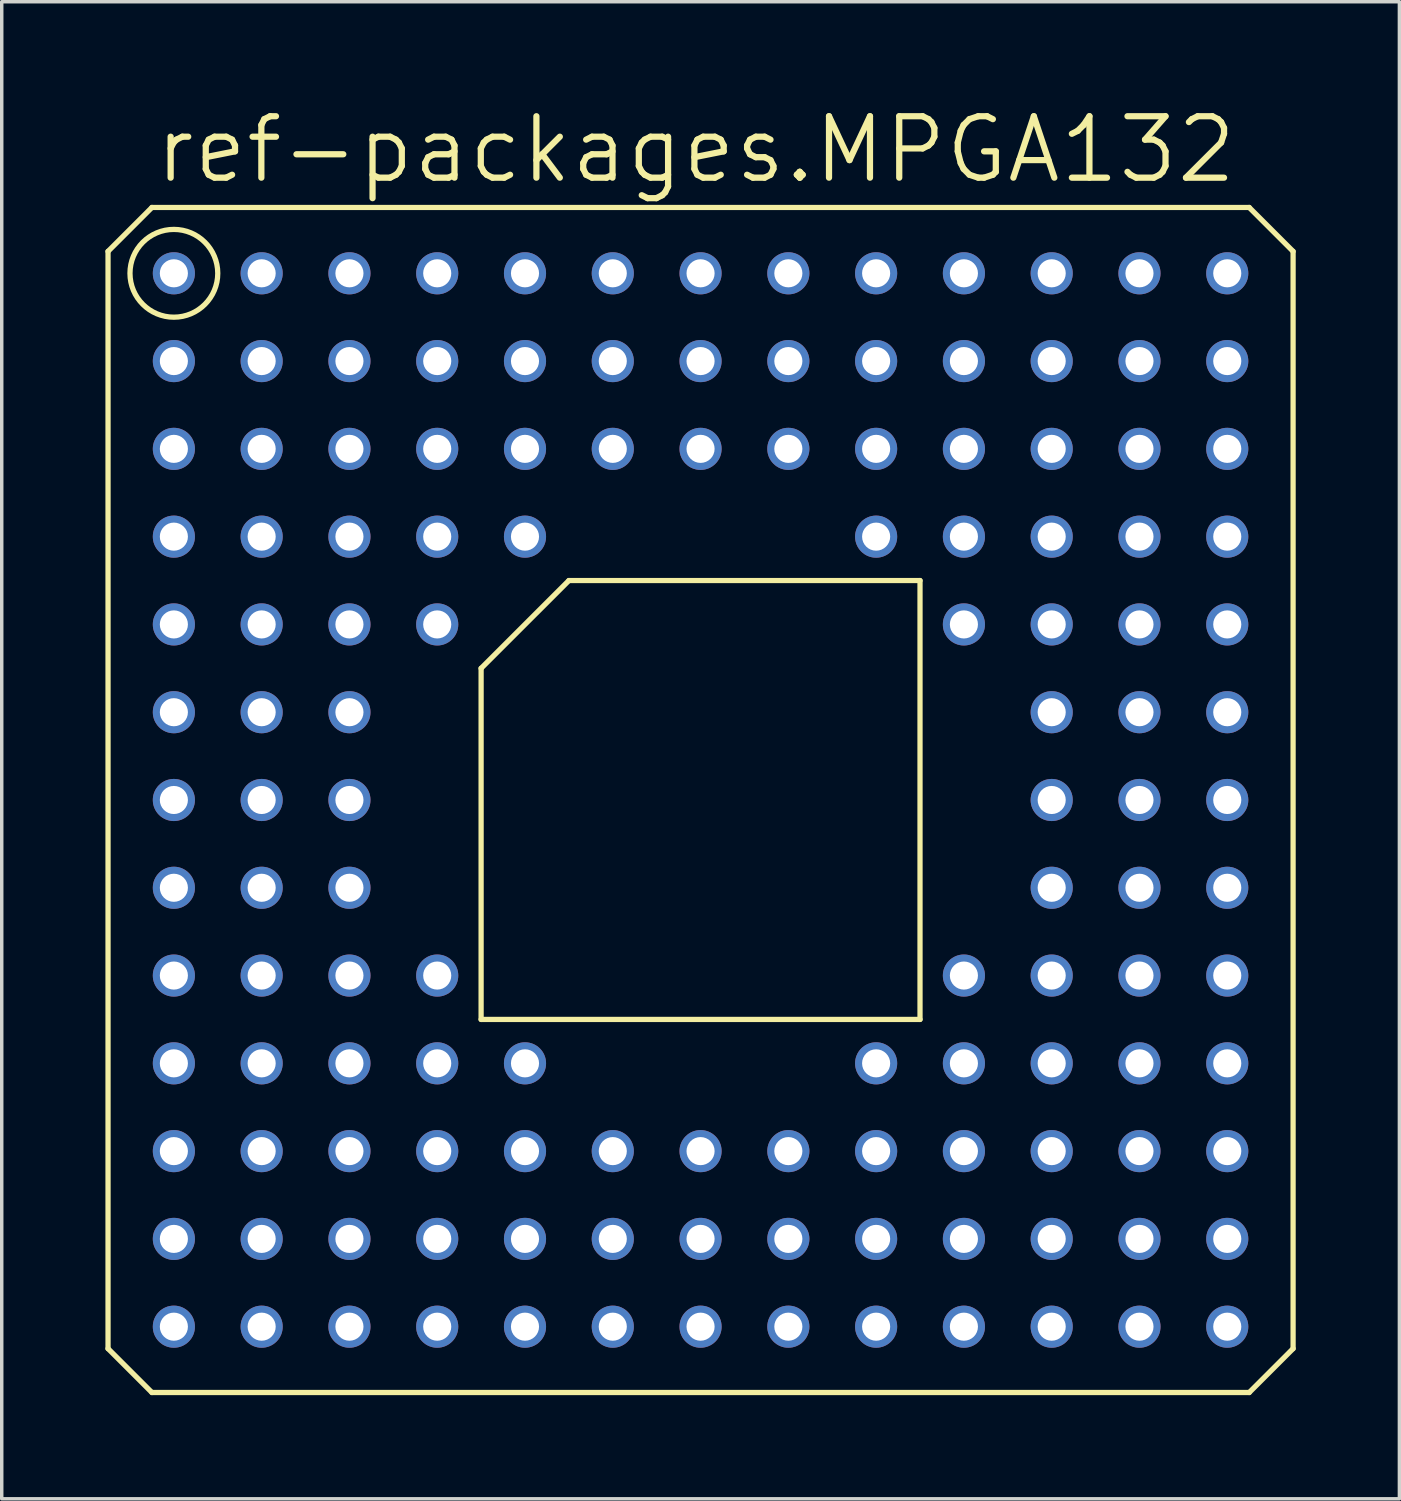
<source format=kicad_pcb>
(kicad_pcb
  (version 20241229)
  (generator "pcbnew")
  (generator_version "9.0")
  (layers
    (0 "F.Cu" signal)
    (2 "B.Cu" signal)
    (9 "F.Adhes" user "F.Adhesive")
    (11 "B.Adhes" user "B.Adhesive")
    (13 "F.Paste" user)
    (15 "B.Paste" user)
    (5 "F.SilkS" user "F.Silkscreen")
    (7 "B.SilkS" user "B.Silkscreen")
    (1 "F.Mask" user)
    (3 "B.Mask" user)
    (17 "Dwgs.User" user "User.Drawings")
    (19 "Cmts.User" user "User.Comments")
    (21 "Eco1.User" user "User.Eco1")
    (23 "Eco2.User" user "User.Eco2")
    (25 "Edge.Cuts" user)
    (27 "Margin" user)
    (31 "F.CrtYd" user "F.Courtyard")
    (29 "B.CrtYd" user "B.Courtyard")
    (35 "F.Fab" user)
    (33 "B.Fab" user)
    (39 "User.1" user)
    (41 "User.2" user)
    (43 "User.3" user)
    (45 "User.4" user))
  (footprint "ref-packages.MPGA132"
    (layer "F.Cu")
    (at 17.221 20.098)
    (property "Reference" "ref-packages.MPGA132" (at -15.875 -17.78 0) (layer "F.SilkS") (effects (font (size 1.778 1.778) (thickness 0.18)) (justify left bottom)))
    (attr through_hole)
    (fp_line (start -17.145 -15.875) (end -15.875 -17.145) (stroke (width 0.152) (type default)) (layer "F.SilkS"))
    (fp_line (start -17.145 15.875) (end -17.145 -15.875) (stroke (width 0.152) (type default)) (layer "F.SilkS"))
    (fp_line (start -15.875 -17.145) (end 15.875 -17.145) (stroke (width 0.152) (type default)) (layer "F.SilkS"))
    (fp_line (start -15.875 17.145) (end -17.145 15.875) (stroke (width 0.152) (type default)) (layer "F.SilkS"))
    (fp_line (start -6.35 -3.81) (end -3.81 -6.35) (stroke (width 0.152) (type default)) (layer "F.SilkS"))
    (fp_line (start -6.35 6.35) (end -6.35 -3.81) (stroke (width 0.152) (type default)) (layer "F.SilkS"))
    (fp_line (start -3.81 -6.35) (end 6.35 -6.35) (stroke (width 0.152) (type default)) (layer "F.SilkS"))
    (fp_line (start 6.35 -6.35) (end 6.35 6.35) (stroke (width 0.152) (type default)) (layer "F.SilkS"))
    (fp_line (start 6.35 6.35) (end -6.35 6.35) (stroke (width 0.152) (type default)) (layer "F.SilkS"))
    (fp_line (start 15.875 -17.145) (end 17.145 -15.875) (stroke (width 0.152) (type default)) (layer "F.SilkS"))
    (fp_line (start 15.875 17.145) (end -15.875 17.145) (stroke (width 0.152) (type default)) (layer "F.SilkS"))
    (fp_line (start 17.145 -15.875) (end 17.145 15.875) (stroke (width 0.152) (type default)) (layer "F.SilkS"))
    (fp_line (start 17.145 15.875) (end 15.875 17.145) (stroke (width 0.152) (type default)) (layer "F.SilkS"))
    (fp_circle (center -15.24 -15.24) (end -13.97 -15.24) (stroke (width 0.152) (type default)) (fill no) (layer "F.SilkS"))
    (pad "A01" thru_hole circle (at -15.24 -15.24) (size 1.219 1.219) (drill 0.813) (layers "*.Cu" "*.Mask"))
    (pad "A02" thru_hole circle (at -12.7 -15.24) (size 1.219 1.219) (drill 0.813) (layers "*.Cu" "*.Mask"))
    (pad "A03" thru_hole circle (at -10.16 -15.24) (size 1.219 1.219) (drill 0.813) (layers "*.Cu" "*.Mask"))
    (pad "A04" thru_hole circle (at -7.62 -15.24) (size 1.219 1.219) (drill 0.813) (layers "*.Cu" "*.Mask"))
    (pad "A05" thru_hole circle (at -5.08 -15.24) (size 1.219 1.219) (drill 0.813) (layers "*.Cu" "*.Mask"))
    (pad "A06" thru_hole circle (at -2.54 -15.24) (size 1.219 1.219) (drill 0.813) (layers "*.Cu" "*.Mask"))
    (pad "A07" thru_hole circle (at 0 -15.24) (size 1.219 1.219) (drill 0.813) (layers "*.Cu" "*.Mask"))
    (pad "A08" thru_hole circle (at 2.54 -15.24) (size 1.219 1.219) (drill 0.813) (layers "*.Cu" "*.Mask"))
    (pad "A09" thru_hole circle (at 5.08 -15.24) (size 1.219 1.219) (drill 0.813) (layers "*.Cu" "*.Mask"))
    (pad "A10" thru_hole circle (at 7.62 -15.24) (size 1.219 1.219) (drill 0.813) (layers "*.Cu" "*.Mask"))
    (pad "A11" thru_hole circle (at 10.16 -15.24) (size 1.219 1.219) (drill 0.813) (layers "*.Cu" "*.Mask"))
    (pad "A12" thru_hole circle (at 12.7 -15.24) (size 1.219 1.219) (drill 0.813) (layers "*.Cu" "*.Mask"))
    (pad "A13" thru_hole circle (at 15.24 -15.24) (size 1.219 1.219) (drill 0.813) (layers "*.Cu" "*.Mask"))
    (pad "B01" thru_hole circle (at -15.24 -12.7) (size 1.219 1.219) (drill 0.813) (layers "*.Cu" "*.Mask"))
    (pad "B02" thru_hole circle (at -12.7 -12.7) (size 1.219 1.219) (drill 0.813) (layers "*.Cu" "*.Mask"))
    (pad "B03" thru_hole circle (at -10.16 -12.7) (size 1.219 1.219) (drill 0.813) (layers "*.Cu" "*.Mask"))
    (pad "B04" thru_hole circle (at -7.62 -12.7) (size 1.219 1.219) (drill 0.813) (layers "*.Cu" "*.Mask"))
    (pad "B05" thru_hole circle (at -5.08 -12.7) (size 1.219 1.219) (drill 0.813) (layers "*.Cu" "*.Mask"))
    (pad "B06" thru_hole circle (at -2.54 -12.7) (size 1.219 1.219) (drill 0.813) (layers "*.Cu" "*.Mask"))
    (pad "B07" thru_hole circle (at 0 -12.7) (size 1.219 1.219) (drill 0.813) (layers "*.Cu" "*.Mask"))
    (pad "B08" thru_hole circle (at 2.54 -12.7) (size 1.219 1.219) (drill 0.813) (layers "*.Cu" "*.Mask"))
    (pad "B09" thru_hole circle (at 5.08 -12.7) (size 1.219 1.219) (drill 0.813) (layers "*.Cu" "*.Mask"))
    (pad "B10" thru_hole circle (at 7.62 -12.7) (size 1.219 1.219) (drill 0.813) (layers "*.Cu" "*.Mask"))
    (pad "B11" thru_hole circle (at 10.16 -12.7) (size 1.219 1.219) (drill 0.813) (layers "*.Cu" "*.Mask"))
    (pad "B12" thru_hole circle (at 12.7 -12.7) (size 1.219 1.219) (drill 0.813) (layers "*.Cu" "*.Mask"))
    (pad "B13" thru_hole circle (at 15.24 -12.7) (size 1.219 1.219) (drill 0.813) (layers "*.Cu" "*.Mask"))
    (pad "C01" thru_hole circle (at -15.24 -10.16) (size 1.219 1.219) (drill 0.813) (layers "*.Cu" "*.Mask"))
    (pad "C02" thru_hole circle (at -12.7 -10.16) (size 1.219 1.219) (drill 0.813) (layers "*.Cu" "*.Mask"))
    (pad "C03" thru_hole circle (at -10.16 -10.16) (size 1.219 1.219) (drill 0.813) (layers "*.Cu" "*.Mask"))
    (pad "C04" thru_hole circle (at -7.62 -10.16) (size 1.219 1.219) (drill 0.813) (layers "*.Cu" "*.Mask"))
    (pad "C05" thru_hole circle (at -5.08 -10.16) (size 1.219 1.219) (drill 0.813) (layers "*.Cu" "*.Mask"))
    (pad "C06" thru_hole circle (at -2.54 -10.16) (size 1.219 1.219) (drill 0.813) (layers "*.Cu" "*.Mask"))
    (pad "C07" thru_hole circle (at 0 -10.16) (size 1.219 1.219) (drill 0.813) (layers "*.Cu" "*.Mask"))
    (pad "C08" thru_hole circle (at 2.54 -10.16) (size 1.219 1.219) (drill 0.813) (layers "*.Cu" "*.Mask"))
    (pad "C09" thru_hole circle (at 5.08 -10.16) (size 1.219 1.219) (drill 0.813) (layers "*.Cu" "*.Mask"))
    (pad "C10" thru_hole circle (at 7.62 -10.16) (size 1.219 1.219) (drill 0.813) (layers "*.Cu" "*.Mask"))
    (pad "C11" thru_hole circle (at 10.16 -10.16) (size 1.219 1.219) (drill 0.813) (layers "*.Cu" "*.Mask"))
    (pad "C12" thru_hole circle (at 12.7 -10.16) (size 1.219 1.219) (drill 0.813) (layers "*.Cu" "*.Mask"))
    (pad "C13" thru_hole circle (at 15.24 -10.16) (size 1.219 1.219) (drill 0.813) (layers "*.Cu" "*.Mask"))
    (pad "D01" thru_hole circle (at -15.24 -7.62) (size 1.219 1.219) (drill 0.813) (layers "*.Cu" "*.Mask"))
    (pad "D02" thru_hole circle (at -12.7 -7.62) (size 1.219 1.219) (drill 0.813) (layers "*.Cu" "*.Mask"))
    (pad "D03" thru_hole circle (at -10.16 -7.62) (size 1.219 1.219) (drill 0.813) (layers "*.Cu" "*.Mask"))
    (pad "D04" thru_hole circle (at -7.62 -7.62) (size 1.219 1.219) (drill 0.813) (layers "*.Cu" "*.Mask"))
    (pad "D05" thru_hole circle (at -5.08 -7.62) (size 1.219 1.219) (drill 0.813) (layers "*.Cu" "*.Mask"))
    (pad "D09" thru_hole circle (at 5.08 -7.62) (size 1.219 1.219) (drill 0.813) (layers "*.Cu" "*.Mask"))
    (pad "D10" thru_hole circle (at 7.62 -7.62) (size 1.219 1.219) (drill 0.813) (layers "*.Cu" "*.Mask"))
    (pad "D11" thru_hole circle (at 10.16 -7.62) (size 1.219 1.219) (drill 0.813) (layers "*.Cu" "*.Mask"))
    (pad "D12" thru_hole circle (at 12.7 -7.62) (size 1.219 1.219) (drill 0.813) (layers "*.Cu" "*.Mask"))
    (pad "D13" thru_hole circle (at 15.24 -7.62) (size 1.219 1.219) (drill 0.813) (layers "*.Cu" "*.Mask"))
    (pad "E01" thru_hole circle (at -15.24 -5.08) (size 1.219 1.219) (drill 0.813) (layers "*.Cu" "*.Mask"))
    (pad "E02" thru_hole circle (at -12.7 -5.08) (size 1.219 1.219) (drill 0.813) (layers "*.Cu" "*.Mask"))
    (pad "E03" thru_hole circle (at -10.16 -5.08) (size 1.219 1.219) (drill 0.813) (layers "*.Cu" "*.Mask"))
    (pad "E04" thru_hole circle (at -7.62 -5.08) (size 1.219 1.219) (drill 0.813) (layers "*.Cu" "*.Mask"))
    (pad "E10" thru_hole circle (at 7.62 -5.08) (size 1.219 1.219) (drill 0.813) (layers "*.Cu" "*.Mask"))
    (pad "E11" thru_hole circle (at 10.16 -5.08) (size 1.219 1.219) (drill 0.813) (layers "*.Cu" "*.Mask"))
    (pad "E12" thru_hole circle (at 12.7 -5.08) (size 1.219 1.219) (drill 0.813) (layers "*.Cu" "*.Mask"))
    (pad "E13" thru_hole circle (at 15.24 -5.08) (size 1.219 1.219) (drill 0.813) (layers "*.Cu" "*.Mask"))
    (pad "F01" thru_hole circle (at -15.24 -2.54) (size 1.219 1.219) (drill 0.813) (layers "*.Cu" "*.Mask"))
    (pad "F02" thru_hole circle (at -12.7 -2.54) (size 1.219 1.219) (drill 0.813) (layers "*.Cu" "*.Mask"))
    (pad "F03" thru_hole circle (at -10.16 -2.54) (size 1.219 1.219) (drill 0.813) (layers "*.Cu" "*.Mask"))
    (pad "F11" thru_hole circle (at 10.16 -2.54) (size 1.219 1.219) (drill 0.813) (layers "*.Cu" "*.Mask"))
    (pad "F12" thru_hole circle (at 12.7 -2.54) (size 1.219 1.219) (drill 0.813) (layers "*.Cu" "*.Mask"))
    (pad "F13" thru_hole circle (at 15.24 -2.54) (size 1.219 1.219) (drill 0.813) (layers "*.Cu" "*.Mask"))
    (pad "G01" thru_hole circle (at -15.24 0) (size 1.219 1.219) (drill 0.813) (layers "*.Cu" "*.Mask"))
    (pad "G02" thru_hole circle (at -12.7 0) (size 1.219 1.219) (drill 0.813) (layers "*.Cu" "*.Mask"))
    (pad "G03" thru_hole circle (at -10.16 0) (size 1.219 1.219) (drill 0.813) (layers "*.Cu" "*.Mask"))
    (pad "G11" thru_hole circle (at 10.16 0) (size 1.219 1.219) (drill 0.813) (layers "*.Cu" "*.Mask"))
    (pad "G12" thru_hole circle (at 12.7 0) (size 1.219 1.219) (drill 0.813) (layers "*.Cu" "*.Mask"))
    (pad "G13" thru_hole circle (at 15.24 0) (size 1.219 1.219) (drill 0.813) (layers "*.Cu" "*.Mask"))
    (pad "H01" thru_hole circle (at -15.24 2.54) (size 1.219 1.219) (drill 0.813) (layers "*.Cu" "*.Mask"))
    (pad "H02" thru_hole circle (at -12.7 2.54) (size 1.219 1.219) (drill 0.813) (layers "*.Cu" "*.Mask"))
    (pad "H03" thru_hole circle (at -10.16 2.54) (size 1.219 1.219) (drill 0.813) (layers "*.Cu" "*.Mask"))
    (pad "H11" thru_hole circle (at 10.16 2.54) (size 1.219 1.219) (drill 0.813) (layers "*.Cu" "*.Mask"))
    (pad "H12" thru_hole circle (at 12.7 2.54) (size 1.219 1.219) (drill 0.813) (layers "*.Cu" "*.Mask"))
    (pad "H13" thru_hole circle (at 15.24 2.54) (size 1.219 1.219) (drill 0.813) (layers "*.Cu" "*.Mask"))
    (pad "J01" thru_hole circle (at -15.24 5.08) (size 1.219 1.219) (drill 0.813) (layers "*.Cu" "*.Mask"))
    (pad "J02" thru_hole circle (at -12.7 5.08) (size 1.219 1.219) (drill 0.813) (layers "*.Cu" "*.Mask"))
    (pad "J03" thru_hole circle (at -10.16 5.08) (size 1.219 1.219) (drill 0.813) (layers "*.Cu" "*.Mask"))
    (pad "J04" thru_hole circle (at -7.62 5.08) (size 1.219 1.219) (drill 0.813) (layers "*.Cu" "*.Mask"))
    (pad "J10" thru_hole circle (at 7.62 5.08) (size 1.219 1.219) (drill 0.813) (layers "*.Cu" "*.Mask"))
    (pad "J11" thru_hole circle (at 10.16 5.08) (size 1.219 1.219) (drill 0.813) (layers "*.Cu" "*.Mask"))
    (pad "J12" thru_hole circle (at 12.7 5.08) (size 1.219 1.219) (drill 0.813) (layers "*.Cu" "*.Mask"))
    (pad "J13" thru_hole circle (at 15.24 5.08) (size 1.219 1.219) (drill 0.813) (layers "*.Cu" "*.Mask"))
    (pad "K01" thru_hole circle (at -15.24 7.62) (size 1.219 1.219) (drill 0.813) (layers "*.Cu" "*.Mask"))
    (pad "K02" thru_hole circle (at -12.7 7.62) (size 1.219 1.219) (drill 0.813) (layers "*.Cu" "*.Mask"))
    (pad "K03" thru_hole circle (at -10.16 7.62) (size 1.219 1.219) (drill 0.813) (layers "*.Cu" "*.Mask"))
    (pad "K04" thru_hole circle (at -7.62 7.62) (size 1.219 1.219) (drill 0.813) (layers "*.Cu" "*.Mask"))
    (pad "K05" thru_hole circle (at -5.08 7.62) (size 1.219 1.219) (drill 0.813) (layers "*.Cu" "*.Mask"))
    (pad "K09" thru_hole circle (at 5.08 7.62) (size 1.219 1.219) (drill 0.813) (layers "*.Cu" "*.Mask"))
    (pad "K10" thru_hole circle (at 7.62 7.62) (size 1.219 1.219) (drill 0.813) (layers "*.Cu" "*.Mask"))
    (pad "K11" thru_hole circle (at 10.16 7.62) (size 1.219 1.219) (drill 0.813) (layers "*.Cu" "*.Mask"))
    (pad "K12" thru_hole circle (at 12.7 7.62) (size 1.219 1.219) (drill 0.813) (layers "*.Cu" "*.Mask"))
    (pad "K13" thru_hole circle (at 15.24 7.62) (size 1.219 1.219) (drill 0.813) (layers "*.Cu" "*.Mask"))
    (pad "L01" thru_hole circle (at -15.24 10.16) (size 1.219 1.219) (drill 0.813) (layers "*.Cu" "*.Mask"))
    (pad "L02" thru_hole circle (at -12.7 10.16) (size 1.219 1.219) (drill 0.813) (layers "*.Cu" "*.Mask"))
    (pad "L03" thru_hole circle (at -10.16 10.16) (size 1.219 1.219) (drill 0.813) (layers "*.Cu" "*.Mask"))
    (pad "L04" thru_hole circle (at -7.62 10.16) (size 1.219 1.219) (drill 0.813) (layers "*.Cu" "*.Mask"))
    (pad "L05" thru_hole circle (at -5.08 10.16) (size 1.219 1.219) (drill 0.813) (layers "*.Cu" "*.Mask"))
    (pad "L06" thru_hole circle (at -2.54 10.16) (size 1.219 1.219) (drill 0.813) (layers "*.Cu" "*.Mask"))
    (pad "L07" thru_hole circle (at 0 10.16) (size 1.219 1.219) (drill 0.813) (layers "*.Cu" "*.Mask"))
    (pad "L08" thru_hole circle (at 2.54 10.16) (size 1.219 1.219) (drill 0.813) (layers "*.Cu" "*.Mask"))
    (pad "L09" thru_hole circle (at 5.08 10.16) (size 1.219 1.219) (drill 0.813) (layers "*.Cu" "*.Mask"))
    (pad "L10" thru_hole circle (at 7.62 10.16) (size 1.219 1.219) (drill 0.813) (layers "*.Cu" "*.Mask"))
    (pad "L11" thru_hole circle (at 10.16 10.16) (size 1.219 1.219) (drill 0.813) (layers "*.Cu" "*.Mask"))
    (pad "L12" thru_hole circle (at 12.7 10.16) (size 1.219 1.219) (drill 0.813) (layers "*.Cu" "*.Mask"))
    (pad "L13" thru_hole circle (at 15.24 10.16) (size 1.219 1.219) (drill 0.813) (layers "*.Cu" "*.Mask"))
    (pad "M01" thru_hole circle (at -15.24 12.7) (size 1.219 1.219) (drill 0.813) (layers "*.Cu" "*.Mask"))
    (pad "M02" thru_hole circle (at -12.7 12.7) (size 1.219 1.219) (drill 0.813) (layers "*.Cu" "*.Mask"))
    (pad "M03" thru_hole circle (at -10.16 12.7) (size 1.219 1.219) (drill 0.813) (layers "*.Cu" "*.Mask"))
    (pad "M04" thru_hole circle (at -7.62 12.7) (size 1.219 1.219) (drill 0.813) (layers "*.Cu" "*.Mask"))
    (pad "M05" thru_hole circle (at -5.08 12.7) (size 1.219 1.219) (drill 0.813) (layers "*.Cu" "*.Mask"))
    (pad "M06" thru_hole circle (at -2.54 12.7) (size 1.219 1.219) (drill 0.813) (layers "*.Cu" "*.Mask"))
    (pad "M07" thru_hole circle (at 0 12.7) (size 1.219 1.219) (drill 0.813) (layers "*.Cu" "*.Mask"))
    (pad "M08" thru_hole circle (at 2.54 12.7) (size 1.219 1.219) (drill 0.813) (layers "*.Cu" "*.Mask"))
    (pad "M09" thru_hole circle (at 5.08 12.7) (size 1.219 1.219) (drill 0.813) (layers "*.Cu" "*.Mask"))
    (pad "M10" thru_hole circle (at 7.62 12.7) (size 1.219 1.219) (drill 0.813) (layers "*.Cu" "*.Mask"))
    (pad "M11" thru_hole circle (at 10.16 12.7) (size 1.219 1.219) (drill 0.813) (layers "*.Cu" "*.Mask"))
    (pad "M12" thru_hole circle (at 12.7 12.7) (size 1.219 1.219) (drill 0.813) (layers "*.Cu" "*.Mask"))
    (pad "M13" thru_hole circle (at 15.24 12.7) (size 1.219 1.219) (drill 0.813) (layers "*.Cu" "*.Mask"))
    (pad "N01" thru_hole circle (at -15.24 15.24) (size 1.219 1.219) (drill 0.813) (layers "*.Cu" "*.Mask"))
    (pad "N02" thru_hole circle (at -12.7 15.24) (size 1.219 1.219) (drill 0.813) (layers "*.Cu" "*.Mask"))
    (pad "N03" thru_hole circle (at -10.16 15.24) (size 1.219 1.219) (drill 0.813) (layers "*.Cu" "*.Mask"))
    (pad "N04" thru_hole circle (at -7.62 15.24) (size 1.219 1.219) (drill 0.813) (layers "*.Cu" "*.Mask"))
    (pad "N05" thru_hole circle (at -5.08 15.24) (size 1.219 1.219) (drill 0.813) (layers "*.Cu" "*.Mask"))
    (pad "N06" thru_hole circle (at -2.54 15.24) (size 1.219 1.219) (drill 0.813) (layers "*.Cu" "*.Mask"))
    (pad "N07" thru_hole circle (at 0 15.24) (size 1.219 1.219) (drill 0.813) (layers "*.Cu" "*.Mask"))
    (pad "N08" thru_hole circle (at 2.54 15.24) (size 1.219 1.219) (drill 0.813) (layers "*.Cu" "*.Mask"))
    (pad "N09" thru_hole circle (at 5.08 15.24) (size 1.219 1.219) (drill 0.813) (layers "*.Cu" "*.Mask"))
    (pad "N10" thru_hole circle (at 7.62 15.24) (size 1.219 1.219) (drill 0.813) (layers "*.Cu" "*.Mask"))
    (pad "N11" thru_hole circle (at 10.16 15.24) (size 1.219 1.219) (drill 0.813) (layers "*.Cu" "*.Mask"))
    (pad "N12" thru_hole circle (at 12.7 15.24) (size 1.219 1.219) (drill 0.813) (layers "*.Cu" "*.Mask"))
    (pad "N13" thru_hole circle (at 15.24 15.24) (size 1.219 1.219) (drill 0.813) (layers "*.Cu" "*.Mask")))
  (gr_rect
    (start -3 -3)
    (end 37.442 40.319)
    (stroke (width 0.1) (type default))
    (fill no)
    (layer "Edge.Cuts")))
</source>
